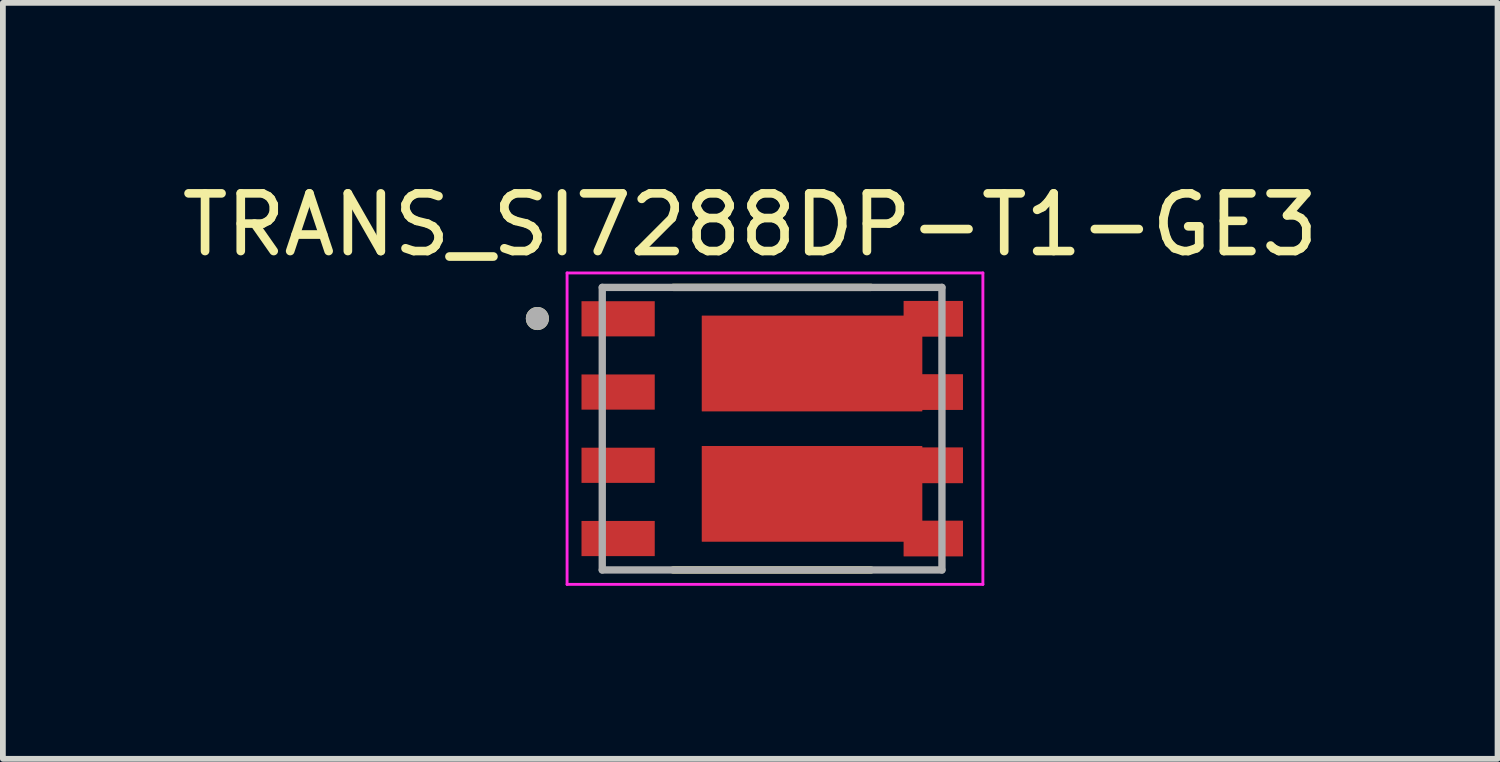
<source format=kicad_pcb>
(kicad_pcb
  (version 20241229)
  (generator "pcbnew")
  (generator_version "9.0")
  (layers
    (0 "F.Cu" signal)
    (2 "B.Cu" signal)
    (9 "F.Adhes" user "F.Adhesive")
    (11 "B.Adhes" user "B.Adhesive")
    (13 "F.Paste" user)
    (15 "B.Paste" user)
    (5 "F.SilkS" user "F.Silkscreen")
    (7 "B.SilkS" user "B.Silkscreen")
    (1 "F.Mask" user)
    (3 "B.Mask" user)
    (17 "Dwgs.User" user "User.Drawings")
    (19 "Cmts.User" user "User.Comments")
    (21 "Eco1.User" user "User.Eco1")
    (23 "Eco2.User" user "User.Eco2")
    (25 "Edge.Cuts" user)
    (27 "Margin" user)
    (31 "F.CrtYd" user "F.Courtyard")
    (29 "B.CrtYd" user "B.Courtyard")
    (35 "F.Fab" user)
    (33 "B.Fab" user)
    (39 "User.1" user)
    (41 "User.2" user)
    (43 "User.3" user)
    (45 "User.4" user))
  (footprint "TRANS_SI7288DP-T1-GE3"
    (layer "F.Cu")
    (at 10.338 4.383)
    (property "Reference" "TRANS_SI7288DP-T1-GE3" (at -0.38 -3.535 0) (layer "F.SilkS") (effects (font (size 1 1) (thickness 0.15))))
    (attr smd)
    (fp_poly (pts (xy -1.315 -2.055) (xy -1.315 -0.205) (xy 2.6 -0.205) (xy 2.6 -0.23) (xy 3.405 -0.23) (xy 3.405 -1.04) (xy 2.7 -1.04) (xy 2.7 -1.5) (xy 3.405 -1.5) (xy 3.405 -2.31) (xy 2.185 -2.31) (xy 2.185 -2.055)) (stroke (width 0.01) (type solid)) (fill yes) (layer "F.Mask"))
    (fp_poly (pts (xy -1.315 0.205) (xy -1.315 2.055) (xy 2.185 2.055) (xy 2.185 2.31) (xy 3.405 2.31) (xy 3.405 1.5) (xy 2.7 1.5) (xy 2.7 1.04) (xy 3.405 1.04) (xy 3.405 0.23) (xy 2.6 0.23) (xy 2.6 0.205)) (stroke (width 0.01) (type solid)) (fill yes) (layer "F.Mask"))
    (fp_line (start -1.715 -2.45) (end 1.715 -2.45) (stroke (width 0.127) (type solid)) (layer "F.SilkS"))
    (fp_line (start 1.715 2.45) (end -1.715 2.45) (stroke (width 0.127) (type solid)) (layer "F.SilkS"))
    (fp_circle (center -4.07 -1.91) (end -3.97 -1.91) (stroke (width 0.2) (type solid)) (fill no) (layer "F.SilkS"))
    (fp_poly (pts (xy -0.512 -1.652) (xy 1.897 -1.652) (xy 1.897 -0.608) (xy -0.512 -0.608)) (stroke (width 0.01) (type solid)) (fill yes) (layer "F.Paste"))
    (fp_poly (pts (xy -0.512 0.608) (xy 1.897 0.608) (xy 1.897 1.652) (xy -0.512 1.652)) (stroke (width 0.01) (type solid)) (fill yes) (layer "F.Paste"))
    (fp_poly (pts (xy 2.6 -2.21) (xy 3.3 -2.21) (xy 3.3 -1.6) (xy 2.6 -1.6)) (stroke (width 0.01) (type solid)) (fill yes) (layer "F.Paste"))
    (fp_poly (pts (xy 2.6 -0.94) (xy 3.305 -0.94) (xy 3.305 -0.33) (xy 2.6 -0.33)) (stroke (width 0.01) (type solid)) (fill yes) (layer "F.Paste"))
    (fp_poly (pts (xy 2.6 0.33) (xy 3.305 0.33) (xy 3.305 0.94) (xy 2.6 0.94)) (stroke (width 0.01) (type solid)) (fill yes) (layer "F.Paste"))
    (fp_poly (pts (xy 2.6 1.6) (xy 3.305 1.6) (xy 3.305 2.21) (xy 2.6 2.21)) (stroke (width 0.01) (type solid)) (fill yes) (layer "F.Paste"))
    (fp_line (start -3.555 -2.7) (end -3.555 2.7) (stroke (width 0.05) (type solid)) (layer "F.CrtYd"))
    (fp_line (start -3.555 2.7) (end 3.655 2.7) (stroke (width 0.05) (type solid)) (layer "F.CrtYd"))
    (fp_line (start 3.655 -2.7) (end -3.555 -2.7) (stroke (width 0.05) (type solid)) (layer "F.CrtYd"))
    (fp_line (start 3.655 2.7) (end 3.655 -2.7) (stroke (width 0.05) (type solid)) (layer "F.CrtYd"))
    (fp_line (start -2.945 -2.45) (end 2.945 -2.45) (stroke (width 0.127) (type solid)) (layer "F.Fab"))
    (fp_line (start -2.945 2.45) (end -2.945 -2.45) (stroke (width 0.127) (type solid)) (layer "F.Fab"))
    (fp_line (start 2.945 -2.45) (end 2.945 2.45) (stroke (width 0.127) (type solid)) (layer "F.Fab"))
    (fp_line (start 2.945 2.45) (end -2.945 2.45) (stroke (width 0.127) (type solid)) (layer "F.Fab"))
    (fp_circle (center -4.07 -1.91) (end -3.97 -1.91) (stroke (width 0.2) (type solid)) (fill no) (layer "F.Fab"))
    (pad "1" smd rect (at -2.67 -1.905) (size 1.27 0.61) (layers "F.Cu" "F.Mask" "F.Paste"))
    (pad "2" smd rect (at -2.67 -0.635) (size 1.27 0.61) (layers "F.Cu" "F.Mask" "F.Paste"))
    (pad "3" smd rect (at -2.67 0.635) (size 1.27 0.61) (layers "F.Cu" "F.Mask" "F.Paste"))
    (pad "4" smd rect (at -2.67 1.905) (size 1.27 0.61) (layers "F.Cu" "F.Mask" "F.Paste"))
    (pad "5_6_10" smd custom (at 0.5 1.1) (size 0.1 0.1) (layers "F.Cu") (options (anchor rect)) (primitives (gr_poly (pts (xy -1.715 -0.795) (xy -1.715 0.855) (xy 1.785 0.855) (xy 1.785 1.11) (xy 2.805 1.11) (xy 2.805 0.5) (xy 2.1 0.5) (xy 2.1 -0.16) (xy 2.805 -0.16) (xy 2.805 -0.77) (xy 2.1 -0.77) (xy 2.1 -0.795)) (width 0.01) (fill yes))))
    (pad "7_8_9" smd custom (at 0.5 -1.1) (size 0.1 0.1) (layers "F.Cu") (options (anchor rect)) (primitives (gr_poly (pts (xy -1.715 -0.855) (xy -1.715 0.795) (xy 2.1 0.795) (xy 2.1 0.77) (xy 2.805 0.77) (xy 2.805 0.16) (xy 2.1 0.16) (xy 2.1 -0.5) (xy 2.805 -0.5) (xy 2.805 -1.11) (xy 1.785 -1.11) (xy 1.785 -0.855)) (width 0.01) (fill yes)))))
  (gr_rect
    (start -3 -3)
    (end 22.917 10.108)
    (stroke (width 0.1) (type default))
    (fill no)
    (layer "Edge.Cuts")))
</source>
